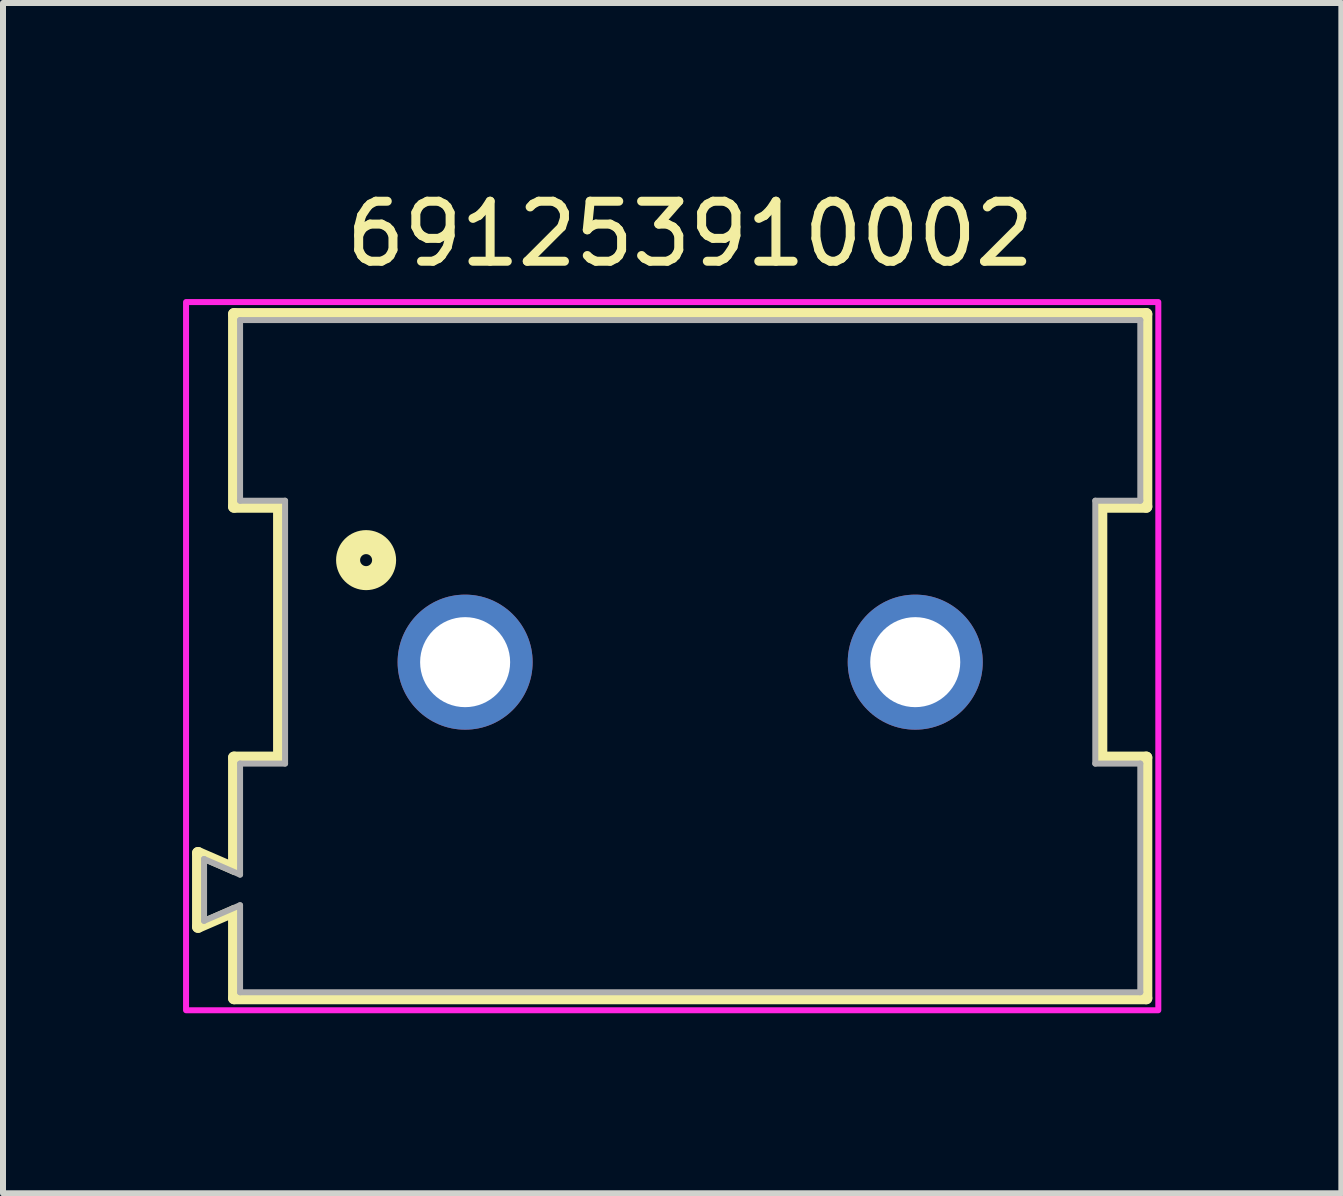
<source format=kicad_pcb>
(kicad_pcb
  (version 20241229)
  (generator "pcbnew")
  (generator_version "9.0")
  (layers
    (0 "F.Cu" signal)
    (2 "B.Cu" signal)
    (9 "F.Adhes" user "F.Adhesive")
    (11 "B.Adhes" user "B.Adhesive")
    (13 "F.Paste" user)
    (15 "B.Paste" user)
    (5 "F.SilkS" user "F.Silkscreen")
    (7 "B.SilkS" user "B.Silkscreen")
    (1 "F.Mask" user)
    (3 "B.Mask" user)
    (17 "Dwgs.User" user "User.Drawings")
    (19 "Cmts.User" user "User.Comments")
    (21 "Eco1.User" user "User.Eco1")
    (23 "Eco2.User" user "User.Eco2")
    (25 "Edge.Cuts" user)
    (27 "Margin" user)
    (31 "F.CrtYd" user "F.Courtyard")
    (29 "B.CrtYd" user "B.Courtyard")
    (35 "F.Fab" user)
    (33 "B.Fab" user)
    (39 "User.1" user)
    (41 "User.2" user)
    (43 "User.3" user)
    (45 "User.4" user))
  (footprint "691253910002"
    (layer "F.Cu")
    (at 8.45 7.983)
    (property "Reference" "691253910002" (at 0 -7.135 0) (layer "F.SilkS") (effects (font (size 1 1) (thickness 0.15))))
    (attr through_hole)
    (fp_line (start -8.2 3.18) (end -7.6 3.44) (stroke (width 0.2) (type solid)) (layer "F.SilkS"))
    (fp_line (start -8.2 4.41) (end -8.2 3.18) (stroke (width 0.2) (type solid)) (layer "F.SilkS"))
    (fp_line (start -7.6 -5.8) (end 7.6 -5.8) (stroke (width 0.2) (type solid)) (layer "F.SilkS"))
    (fp_line (start -7.6 -2.59) (end -7.6 -5.8) (stroke (width 0.2) (type solid)) (layer "F.SilkS"))
    (fp_line (start -7.6 1.59) (end -6.85 1.59) (stroke (width 0.2) (type solid)) (layer "F.SilkS"))
    (fp_line (start -7.6 3.44) (end -7.6 1.59) (stroke (width 0.2) (type solid)) (layer "F.SilkS"))
    (fp_line (start -7.6 4.15) (end -8.2 4.41) (stroke (width 0.2) (type solid)) (layer "F.SilkS"))
    (fp_line (start -7.6 5.6) (end -7.6 4.15) (stroke (width 0.2) (type solid)) (layer "F.SilkS"))
    (fp_line (start -6.85 -2.59) (end -7.6 -2.59) (stroke (width 0.2) (type solid)) (layer "F.SilkS"))
    (fp_line (start -6.85 1.59) (end -6.85 -2.59) (stroke (width 0.2) (type solid)) (layer "F.SilkS"))
    (fp_line (start 6.85 -2.59) (end 6.85 1.59) (stroke (width 0.2) (type solid)) (layer "F.SilkS"))
    (fp_line (start 6.85 1.59) (end 7.6 1.59) (stroke (width 0.2) (type solid)) (layer "F.SilkS"))
    (fp_line (start 7.6 -5.8) (end 7.6 -2.59) (stroke (width 0.2) (type solid)) (layer "F.SilkS"))
    (fp_line (start 7.6 -2.59) (end 6.85 -2.59) (stroke (width 0.2) (type solid)) (layer "F.SilkS"))
    (fp_line (start 7.6 1.59) (end 7.6 5.6) (stroke (width 0.2) (type solid)) (layer "F.SilkS"))
    (fp_line (start 7.6 5.6) (end -7.6 5.6) (stroke (width 0.2) (type solid)) (layer "F.SilkS"))
    (fp_circle (center -5.4 -1.7) (end -5.3 -1.7) (stroke (width 0.4) (type solid)) (fill no) (layer "F.SilkS"))
    (fp_poly (pts (xy -8.4 -6) (xy 7.8 -6) (xy 7.8 5.8) (xy -8.4 5.8)) (stroke (width 0.1) (type solid)) (fill no) (layer "F.CrtYd"))
    (fp_line (start -8.1 3.28) (end -8.1 4.31) (stroke (width 0.1) (type solid)) (layer "F.Fab"))
    (fp_line (start -8.1 3.28) (end -7.5 3.54) (stroke (width 0.1) (type solid)) (layer "F.Fab"))
    (fp_line (start -8.1 4.31) (end -7.5 4.05) (stroke (width 0.1) (type solid)) (layer "F.Fab"))
    (fp_line (start -7.5 -5.7) (end -7.5 -2.69) (stroke (width 0.1) (type solid)) (layer "F.Fab"))
    (fp_line (start -7.5 -5.7) (end 7.5 -5.7) (stroke (width 0.1) (type solid)) (layer "F.Fab"))
    (fp_line (start -7.5 -2.69) (end -6.75 -2.69) (stroke (width 0.1) (type solid)) (layer "F.Fab"))
    (fp_line (start -7.5 1.69) (end -7.5 3.54) (stroke (width 0.1) (type solid)) (layer "F.Fab"))
    (fp_line (start -7.5 4.05) (end -7.5 5.5) (stroke (width 0.1) (type solid)) (layer "F.Fab"))
    (fp_line (start -7.5 5.5) (end 7.5 5.5) (stroke (width 0.1) (type solid)) (layer "F.Fab"))
    (fp_line (start -6.75 -2.69) (end -6.75 1.69) (stroke (width 0.1) (type solid)) (layer "F.Fab"))
    (fp_line (start -6.75 1.69) (end -7.5 1.69) (stroke (width 0.1) (type solid)) (layer "F.Fab"))
    (fp_line (start 6.75 -2.69) (end 6.75 1.69) (stroke (width 0.1) (type solid)) (layer "F.Fab"))
    (fp_line (start 6.75 1.69) (end 7.5 1.69) (stroke (width 0.1) (type solid)) (layer "F.Fab"))
    (fp_line (start 7.5 -5.7) (end 7.5 -2.69) (stroke (width 0.1) (type solid)) (layer "F.Fab"))
    (fp_line (start 7.5 -2.69) (end 6.75 -2.69) (stroke (width 0.1) (type solid)) (layer "F.Fab"))
    (fp_line (start 7.5 1.69) (end 7.5 5.5) (stroke (width 0.1) (type solid)) (layer "F.Fab"))
    (pad "1" thru_hole circle (at -3.75 0) (size 2.25 2.25) (drill 1.5) (layers "*.Cu" "*.Mask"))
    (pad "2" thru_hole circle (at 3.75 0) (size 2.25 2.25) (drill 1.5) (layers "*.Cu" "*.Mask")))
  (gr_rect
    (start -3 -3)
    (end 19.3 16.833)
    (stroke (width 0.1) (type default))
    (fill no)
    (layer "Edge.Cuts")))
</source>
